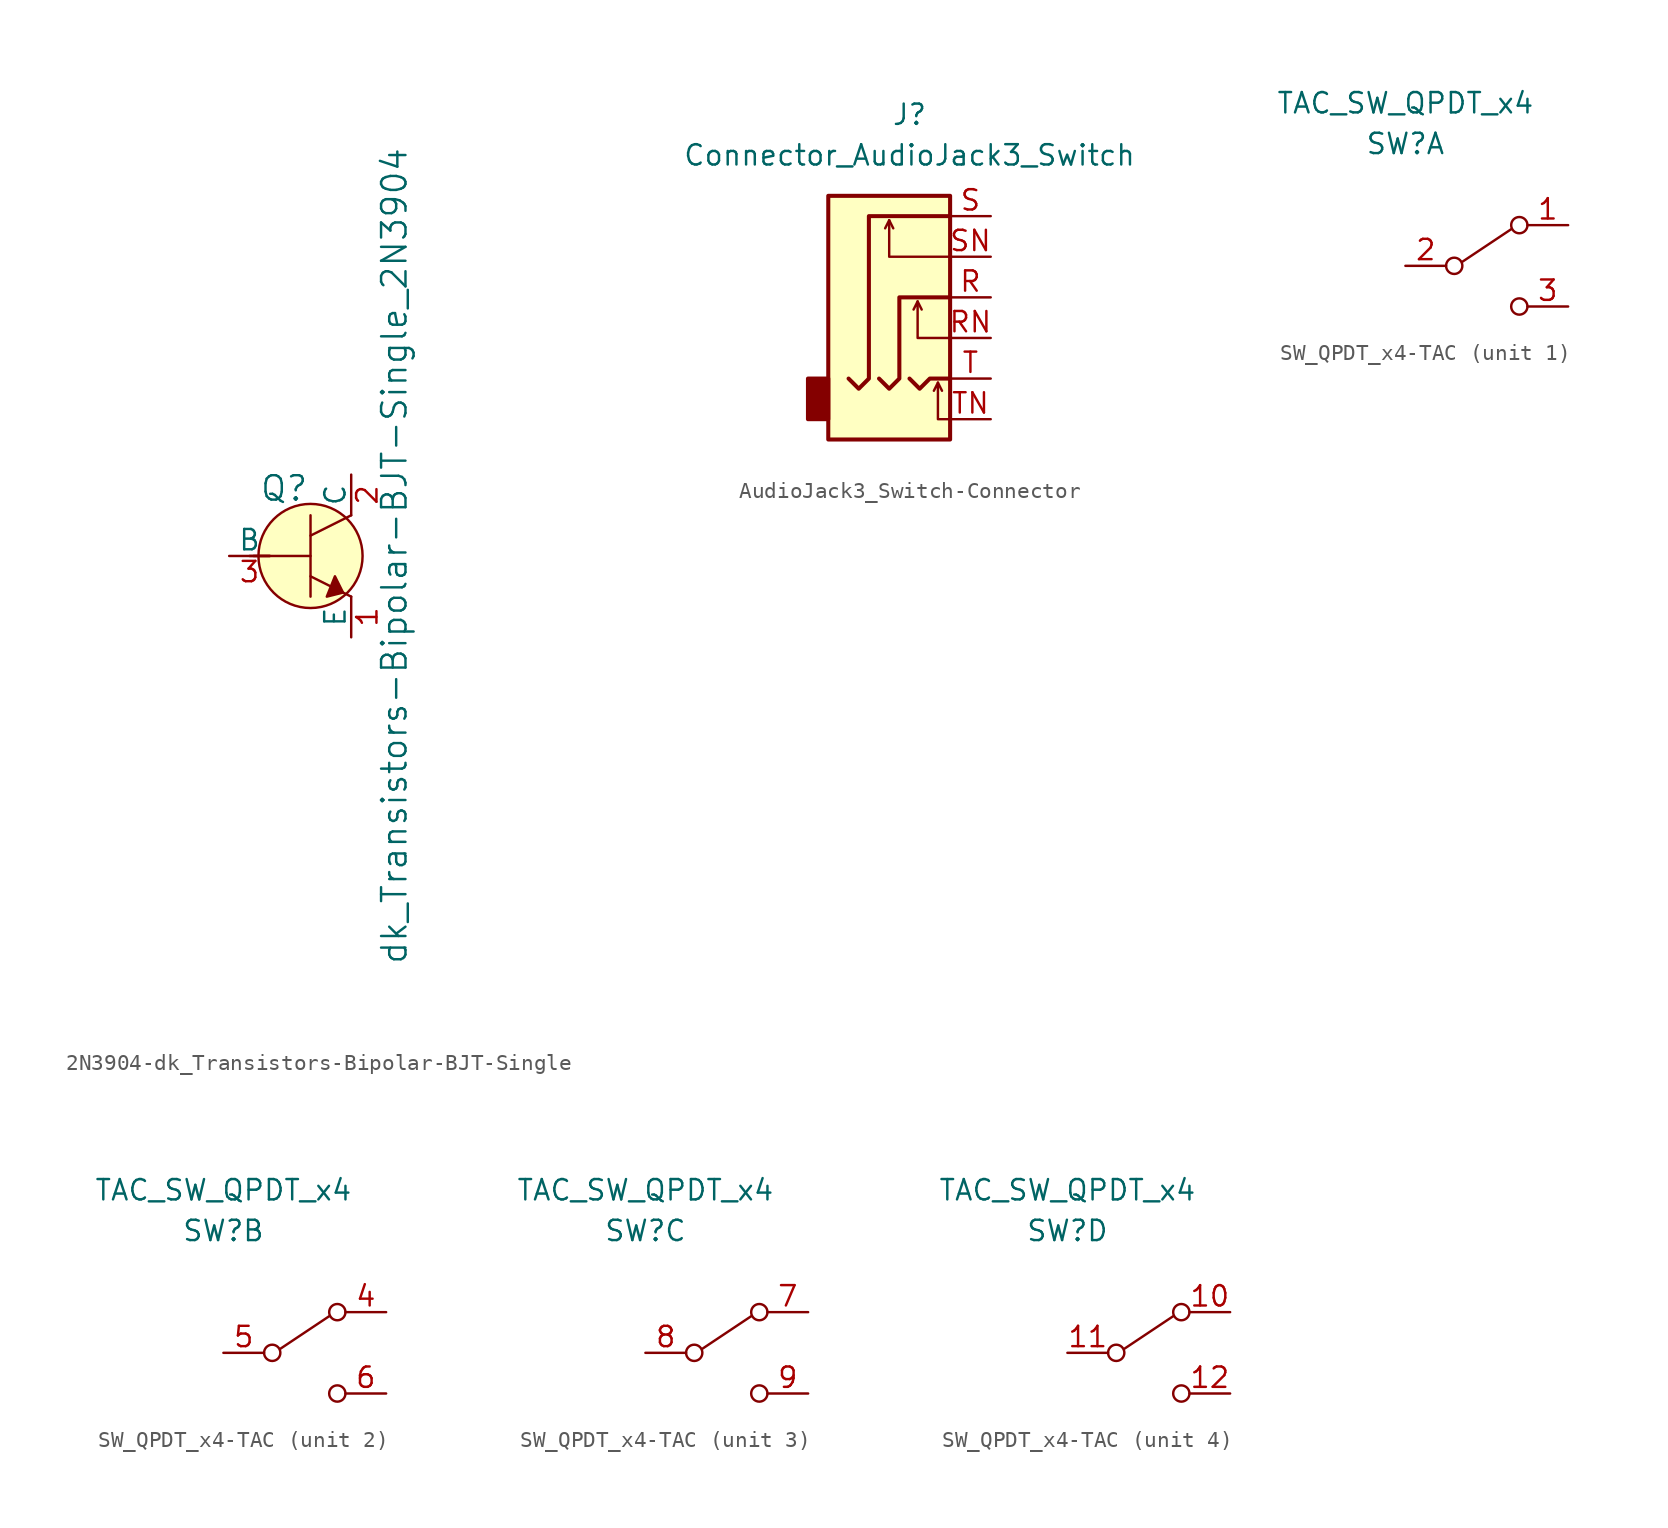
<source format=kicad_sym>
(kicad_symbol_lib
  (version 20220914)
  (generator kicad_symbol_editor)
  (symbol "2N3904-dk_Transistors-Bipolar-BJT-Single"
    (pin_names
      (offset 0))
    (property "Reference" "Q"
      (at -3.2 4.216 0)
      (effects (font (size 1.524 1.524)) (justify left)))
    (property "Value" "dk_Transistors-Bipolar-BJT-Single_2N3904"
      (at 5.232 0 90)
      (effects (font (size 1.524 1.524))))
    (symbol "2N3904-dk_Transistors-Bipolar-BJT-Single_0_1"
      (polyline (pts (xy -3.81 0) (xy -2.54 0)) (stroke (width 0) (type solid)) (fill (type none)))
      (polyline (pts (xy -3.556 0) (xy 0 0)) (stroke (width 0) (type solid)) (fill (type none)))
      (polyline (pts (xy 0 -1.27) (xy 2.54 -2.54)) (stroke (width 0) (type solid)) (fill (type none)))
      (polyline (pts (xy 0 1.27) (xy 2.54 2.54)) (stroke (width 0) (type solid)) (fill (type none)))
      (polyline (pts (xy 0 2.54) (xy 0 -2.54)) (stroke (width 0) (type solid)) (fill (type none)))
      (polyline (pts (xy 1.524 -1.27) (xy 2.032 -2.286) (xy 1.016 -2.54) (xy 1.524 -1.27)) (stroke (width 0) (type solid)) (fill (type outline)))
      (circle (center 0 0) (radius 3.251) (stroke (width 0) (type solid)) (fill (type background))))
    (symbol "2N3904-dk_Transistors-Bipolar-BJT-Single_1_1"
      (pin passive line (at 2.54 -5.08 90) (length 2.54) (name "E" (effects (font (size 1.27 1.27)))) (number "1" (effects (font (size 1.27 1.27)))))
      (pin passive line (at 2.54 5.08 270) (length 2.54) (name "C" (effects (font (size 1.27 1.27)))) (number "2" (effects (font (size 1.27 1.27)))))
      (pin input line (at -5.08 0 0) (length 2.54) (name "B" (effects (font (size 1.27 1.27)))) (number "3" (effects (font (size 1.27 1.27)))))))
  (symbol "AudioJack3_Switch-Connector"
    (property "Reference" "J"
      (at 0 11.43 0)
      (effects (font (size 1.27 1.27))))
    (property "Value" "Connector_AudioJack3_Switch"
      (at 0 8.89 0)
      (effects (font (size 1.27 1.27))))
    (symbol "AudioJack3_Switch-Connector_0_1"
      (rectangle (start -5.08 -5.08) (end -6.35 -7.62) (stroke (width 0.254) (type solid)) (fill (type outline)))
      (polyline (pts (xy -1.27 4.826) (xy -1.016 4.318)) (stroke (width 0) (type solid)) (fill (type none)))
      (polyline (pts (xy 0.508 -0.254) (xy 0.762 -0.762)) (stroke (width 0) (type solid)) (fill (type none)))
      (polyline (pts (xy 1.778 -5.334) (xy 2.032 -5.842)) (stroke (width 0) (type solid)) (fill (type none)))
      (polyline (pts (xy 0 -5.08) (xy 0.635 -5.715) (xy 1.27 -5.08) (xy 2.54 -5.08)) (stroke (width 0.254) (type solid)) (fill (type none)))
      (polyline (pts (xy 2.54 -7.62) (xy 1.778 -7.62) (xy 1.778 -5.334) (xy 1.524 -5.842)) (stroke (width 0) (type solid)) (fill (type none)))
      (polyline (pts (xy 2.54 -2.54) (xy 0.508 -2.54) (xy 0.508 -0.254) (xy 0.254 -0.762)) (stroke (width 0) (type solid)) (fill (type none)))
      (polyline (pts (xy 2.54 2.54) (xy -1.27 2.54) (xy -1.27 4.826) (xy -1.524 4.318)) (stroke (width 0) (type solid)) (fill (type none)))
      (polyline (pts (xy -1.905 -5.08) (xy -1.27 -5.715) (xy -0.635 -5.08) (xy -0.635 0) (xy 2.54 0)) (stroke (width 0.254) (type solid)) (fill (type none)))
      (polyline (pts (xy 2.54 5.08) (xy -2.54 5.08) (xy -2.54 -5.08) (xy -3.175 -5.715) (xy -3.81 -5.08)) (stroke (width 0.254) (type solid)) (fill (type none)))
      (rectangle (start 2.54 6.35) (end -5.08 -8.89) (stroke (width 0.254) (type solid)) (fill (type background))))
    (symbol "AudioJack3_Switch-Connector_1_1"
      (pin passive line (at 5.08 0 180) (length 2.54) (name "~" (effects (font (size 1.27 1.27)))) (number "R" (effects (font (size 1.27 1.27)))))
      (pin passive line (at 5.08 -2.54 180) (length 2.54) (name "~" (effects (font (size 1.27 1.27)))) (number "RN" (effects (font (size 1.27 1.27)))))
      (pin passive line (at 5.08 5.08 180) (length 2.54) (name "~" (effects (font (size 1.27 1.27)))) (number "S" (effects (font (size 1.27 1.27)))))
      (pin passive line (at 5.08 2.54 180) (length 2.54) (name "~" (effects (font (size 1.27 1.27)))) (number "SN" (effects (font (size 1.27 1.27)))))
      (pin passive line (at 5.08 -5.08 180) (length 2.54) (name "~" (effects (font (size 1.27 1.27)))) (number "T" (effects (font (size 1.27 1.27)))))
      (pin passive line (at 5.08 -7.62 180) (length 2.54) (name "~" (effects (font (size 1.27 1.27)))) (number "TN" (effects (font (size 1.27 1.27)))))))
  (symbol "SW_QPDT_x4-TAC"
    (pin_names
      (offset 1.016) hide)
    (property "Reference" "SW"
      (at 0 7.62 0)
      (effects (font (size 1.27 1.27))))
    (property "Value" "TAC_SW_QPDT_x4"
      (at 0 10.16 0)
      (effects (font (size 1.27 1.27))))
    (property "ki_locked" ""
      (at 0 0 0)
      (effects (font (size 1.27 1.27))))
    (symbol "SW_QPDT_x4-TAC_1_1"
      (polyline (pts (xy 3.556 0.254) (xy 6.604 2.286)) (stroke (width 0) (type solid)) (fill (type none)))
      (circle (center 3.048 0) (radius 0.508) (stroke (width 0) (type solid)) (fill (type none)))
      (circle (center 7.112 -2.54) (radius 0.508) (stroke (width 0) (type solid)) (fill (type none)))
      (circle (center 7.112 2.54) (radius 0.508) (stroke (width 0) (type solid)) (fill (type none)))
      (pin passive line (at 10.16 2.54 180) (length 2.54) (name "1" (effects (font (size 1.27 1.27)))) (number "1" (effects (font (size 1.27 1.27)))))
      (pin passive line (at 0 0 0) (length 2.54) (name "2" (effects (font (size 1.27 1.27)))) (number "2" (effects (font (size 1.27 1.27)))))
      (pin passive line (at 10.16 -2.54 180) (length 2.54) (name "3" (effects (font (size 1.27 1.27)))) (number "3" (effects (font (size 1.27 1.27))))))
    (symbol "SW_QPDT_x4-TAC_2_1"
      (polyline (pts (xy 3.556 0.254) (xy 6.604 2.286)) (stroke (width 0) (type solid)) (fill (type none)))
      (circle (center 3.048 0) (radius 0.508) (stroke (width 0) (type solid)) (fill (type none)))
      (circle (center 7.112 -2.54) (radius 0.508) (stroke (width 0) (type solid)) (fill (type none)))
      (circle (center 7.112 2.54) (radius 0.508) (stroke (width 0) (type solid)) (fill (type none)))
      (pin passive line (at 10.16 2.54 180) (length 2.54) (name "4" (effects (font (size 1.27 1.27)))) (number "4" (effects (font (size 1.27 1.27)))))
      (pin passive line (at 0 0 0) (length 2.54) (name "5" (effects (font (size 1.27 1.27)))) (number "5" (effects (font (size 1.27 1.27)))))
      (pin passive line (at 10.16 -2.54 180) (length 2.54) (name "6" (effects (font (size 1.27 1.27)))) (number "6" (effects (font (size 1.27 1.27))))))
    (symbol "SW_QPDT_x4-TAC_3_1"
      (polyline (pts (xy 3.556 0.254) (xy 6.604 2.286)) (stroke (width 0) (type solid)) (fill (type none)))
      (circle (center 3.048 0) (radius 0.508) (stroke (width 0) (type solid)) (fill (type none)))
      (circle (center 7.112 -2.54) (radius 0.508) (stroke (width 0) (type solid)) (fill (type none)))
      (circle (center 7.112 2.54) (radius 0.508) (stroke (width 0) (type solid)) (fill (type none)))
      (pin passive line (at 10.16 2.54 180) (length 2.54) (name "7" (effects (font (size 1.27 1.27)))) (number "7" (effects (font (size 1.27 1.27)))))
      (pin passive line (at 0 0 0) (length 2.54) (name "8" (effects (font (size 1.27 1.27)))) (number "8" (effects (font (size 1.27 1.27)))))
      (pin passive line (at 10.16 -2.54 180) (length 2.54) (name "9" (effects (font (size 1.27 1.27)))) (number "9" (effects (font (size 1.27 1.27))))))
    (symbol "SW_QPDT_x4-TAC_4_1"
      (polyline (pts (xy 3.556 0.254) (xy 6.604 2.286)) (stroke (width 0) (type solid)) (fill (type none)))
      (circle (center 3.048 0) (radius 0.508) (stroke (width 0) (type solid)) (fill (type none)))
      (circle (center 7.112 -2.54) (radius 0.508) (stroke (width 0) (type solid)) (fill (type none)))
      (circle (center 7.112 2.54) (radius 0.508) (stroke (width 0) (type solid)) (fill (type none)))
      (pin passive line (at 10.16 2.54 180) (length 2.54) (name "10" (effects (font (size 1.27 1.27)))) (number "10" (effects (font (size 1.27 1.27)))))
      (pin passive line (at 0 0 0) (length 2.54) (name "11" (effects (font (size 1.27 1.27)))) (number "11" (effects (font (size 1.27 1.27)))))
      (pin passive line (at 10.16 -2.54 180) (length 2.54) (name "12" (effects (font (size 1.27 1.27)))) (number "12" (effects (font (size 1.27 1.27))))))))
</source>
